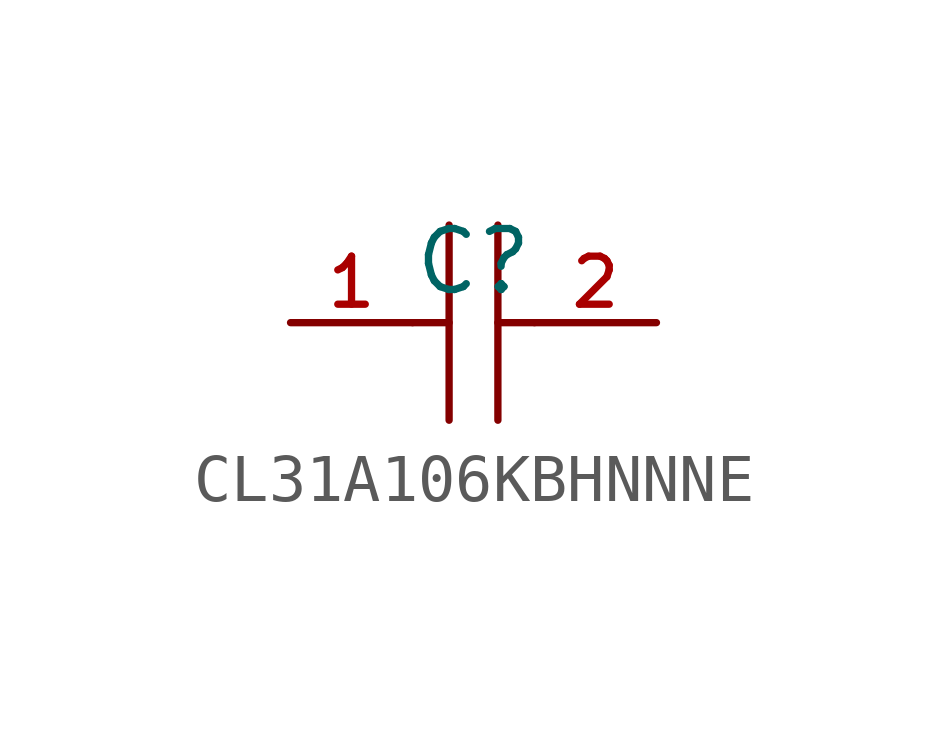
<source format=kicad_sym>
(kicad_symbol_lib
  (version 20210201)
  (generator TousstNicolas/JLC2KiCad_lib)
  (symbol "CL31A106KBHNNNE"
    (pin_names hide)
    (property "Reference" "C"
      (at 0 1.27 0)
      (effects (font (size 1.27 1.27))))
    (symbol "CL31A106KBHNNNE_0_1"
      (polyline (pts (xy -0.508 2.032) (xy -0.508 -2.032)) (stroke (width 0) (type default) (color 0 0 0 0)) (fill (type none)))
      (polyline (pts (xy 0.508 2.032) (xy 0.508 -2.032)) (stroke (width 0) (type default) (color 0 0 0 0)) (fill (type none)))
      (pin input line (at -3.81 -0.0 0) (length 2.54) (name "1" (effects (font (size 1 1)))) (number "1" (effects (font (size 1 1)))))
      (pin input line (at 3.81 -0.0 180) (length 2.54) (name "2" (effects (font (size 1 1)))) (number "2" (effects (font (size 1 1)))))
      (polyline (pts (xy -1.27 -0.0) (xy -0.508 -0.0)) (stroke (width 0) (type default) (color 0 0 0 0)) (fill (type none)))
      (polyline (pts (xy 0.508 -0.0) (xy 1.27 -0.0)) (stroke (width 0) (type default) (color 0 0 0 0)) (fill (type none))))))
</source>
